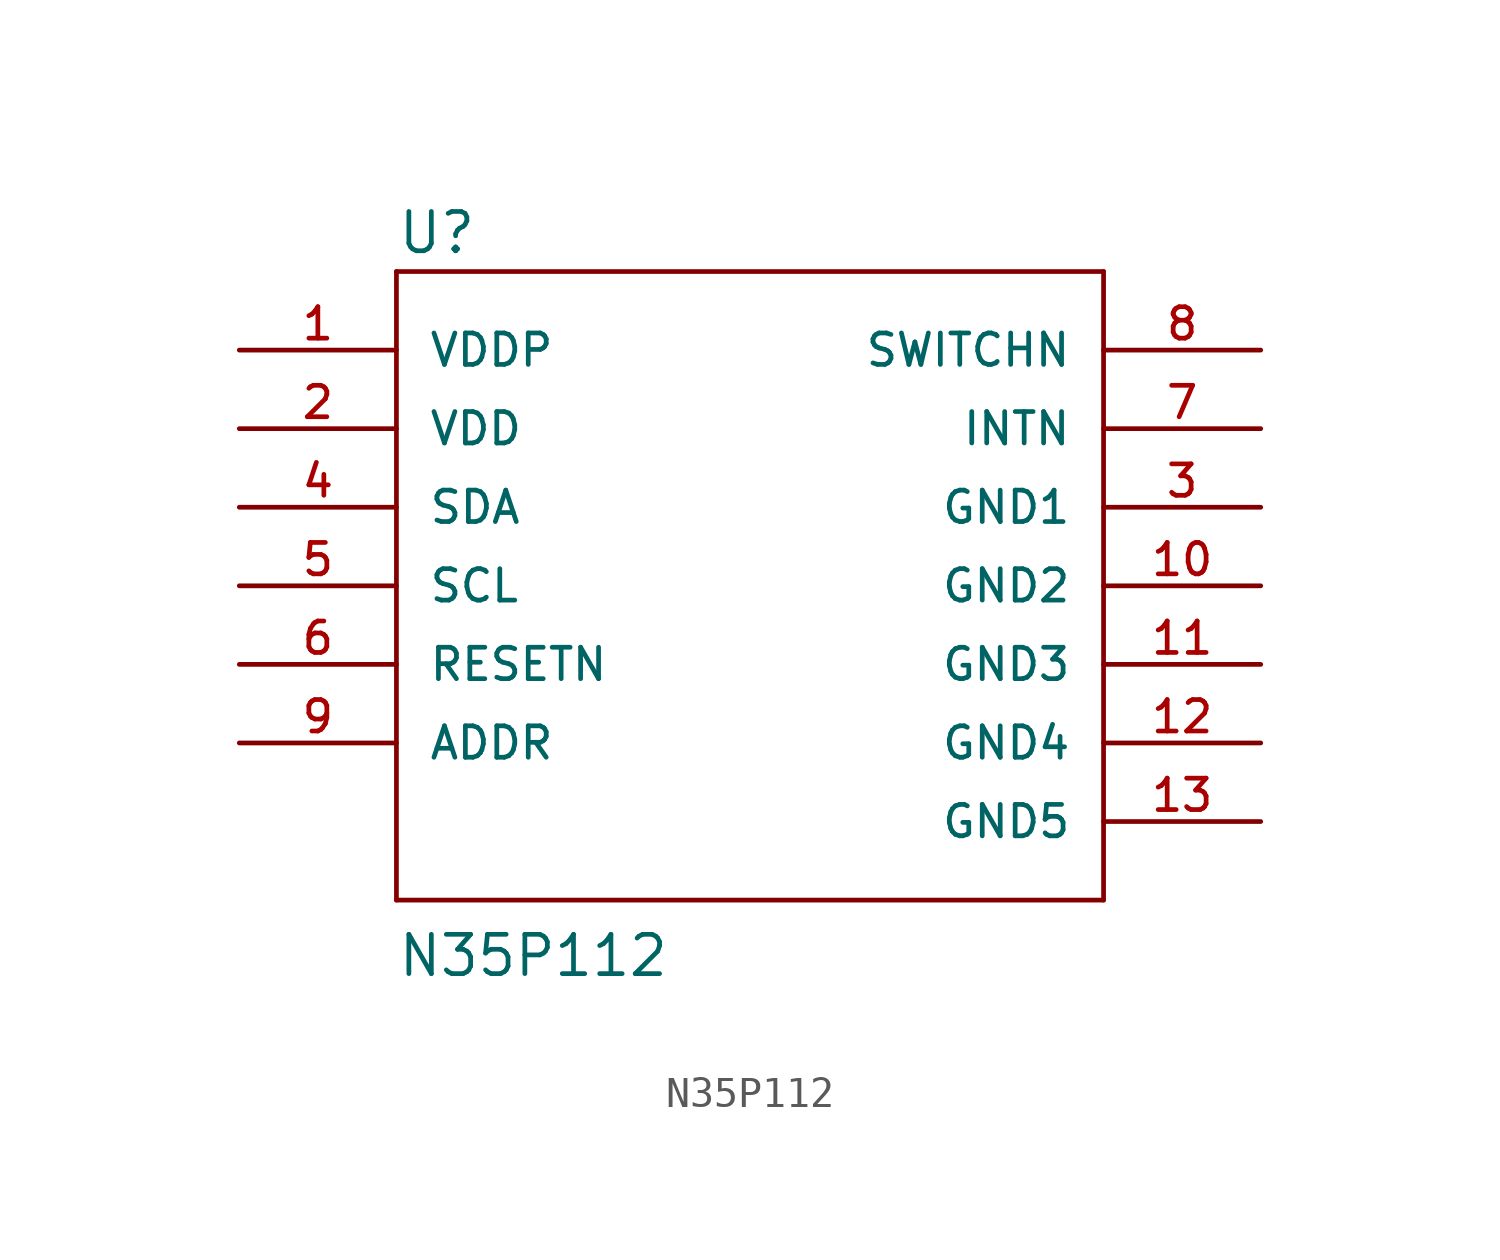
<source format=kicad_sym>
(kicad_symbol_lib
  (version 20220914)
  (generator kicad_symbol_editor)
  (symbol "N35P112"
    (pin_names
      (offset 1.016))
    (property "Reference" "U"
      (at 0 20.828 0)
      (effects (font (size 1.27 1.27)) (justify left bottom)))
    (property "Value" "N35P112"
      (at 0 -2.54 0)
      (effects (font (size 1.27 1.27)) (justify left bottom)))
    (property "ki_locked" ""
      (at 0 0 0)
      (effects (font (size 1.27 1.27))))
    (symbol "N35P112_1_0"
      (polyline (pts (xy 0 0) (xy 0 20.32)) (stroke (width 0) (type solid)) (fill (type none)))
      (polyline (pts (xy 0 20.32) (xy 22.86 20.32)) (stroke (width 0) (type solid)) (fill (type none)))
      (polyline (pts (xy 22.86 0) (xy 0 0)) (stroke (width 0) (type solid)) (fill (type none)))
      (polyline (pts (xy 22.86 20.32) (xy 22.86 0)) (stroke (width 0) (type solid)) (fill (type none))))
    (symbol "N35P112_1_1"
      (pin bidirectional line (at -5.08 17.78 0) (length 5.08) (name "VDDP" (effects (font (size 1.016 1.016)))) (number "1" (effects (font (size 1.016 1.016)))))
      (pin bidirectional line (at 27.94 10.16 180) (length 5.08) (name "GND2" (effects (font (size 1.016 1.016)))) (number "10" (effects (font (size 1.016 1.016)))))
      (pin bidirectional line (at 27.94 7.62 180) (length 5.08) (name "GND3" (effects (font (size 1.016 1.016)))) (number "11" (effects (font (size 1.016 1.016)))))
      (pin bidirectional line (at 27.94 5.08 180) (length 5.08) (name "GND4" (effects (font (size 1.016 1.016)))) (number "12" (effects (font (size 1.016 1.016)))))
      (pin bidirectional line (at 27.94 2.54 180) (length 5.08) (name "GND5" (effects (font (size 1.016 1.016)))) (number "13" (effects (font (size 1.016 1.016)))))
      (pin bidirectional line (at -5.08 15.24 0) (length 5.08) (name "VDD" (effects (font (size 1.016 1.016)))) (number "2" (effects (font (size 1.016 1.016)))))
      (pin bidirectional line (at 27.94 12.7 180) (length 5.08) (name "GND1" (effects (font (size 1.016 1.016)))) (number "3" (effects (font (size 1.016 1.016)))))
      (pin bidirectional line (at -5.08 12.7 0) (length 5.08) (name "SDA" (effects (font (size 1.016 1.016)))) (number "4" (effects (font (size 1.016 1.016)))))
      (pin bidirectional line (at -5.08 10.16 0) (length 5.08) (name "SCL" (effects (font (size 1.016 1.016)))) (number "5" (effects (font (size 1.016 1.016)))))
      (pin bidirectional line (at -5.08 7.62 0) (length 5.08) (name "RESETN" (effects (font (size 1.016 1.016)))) (number "6" (effects (font (size 1.016 1.016)))))
      (pin bidirectional line (at 27.94 15.24 180) (length 5.08) (name "INTN" (effects (font (size 1.016 1.016)))) (number "7" (effects (font (size 1.016 1.016)))))
      (pin bidirectional line (at 27.94 17.78 180) (length 5.08) (name "SWITCHN" (effects (font (size 1.016 1.016)))) (number "8" (effects (font (size 1.016 1.016)))))
      (pin bidirectional line (at -5.08 5.08 0) (length 5.08) (name "ADDR" (effects (font (size 1.016 1.016)))) (number "9" (effects (font (size 1.016 1.016))))))))
</source>
